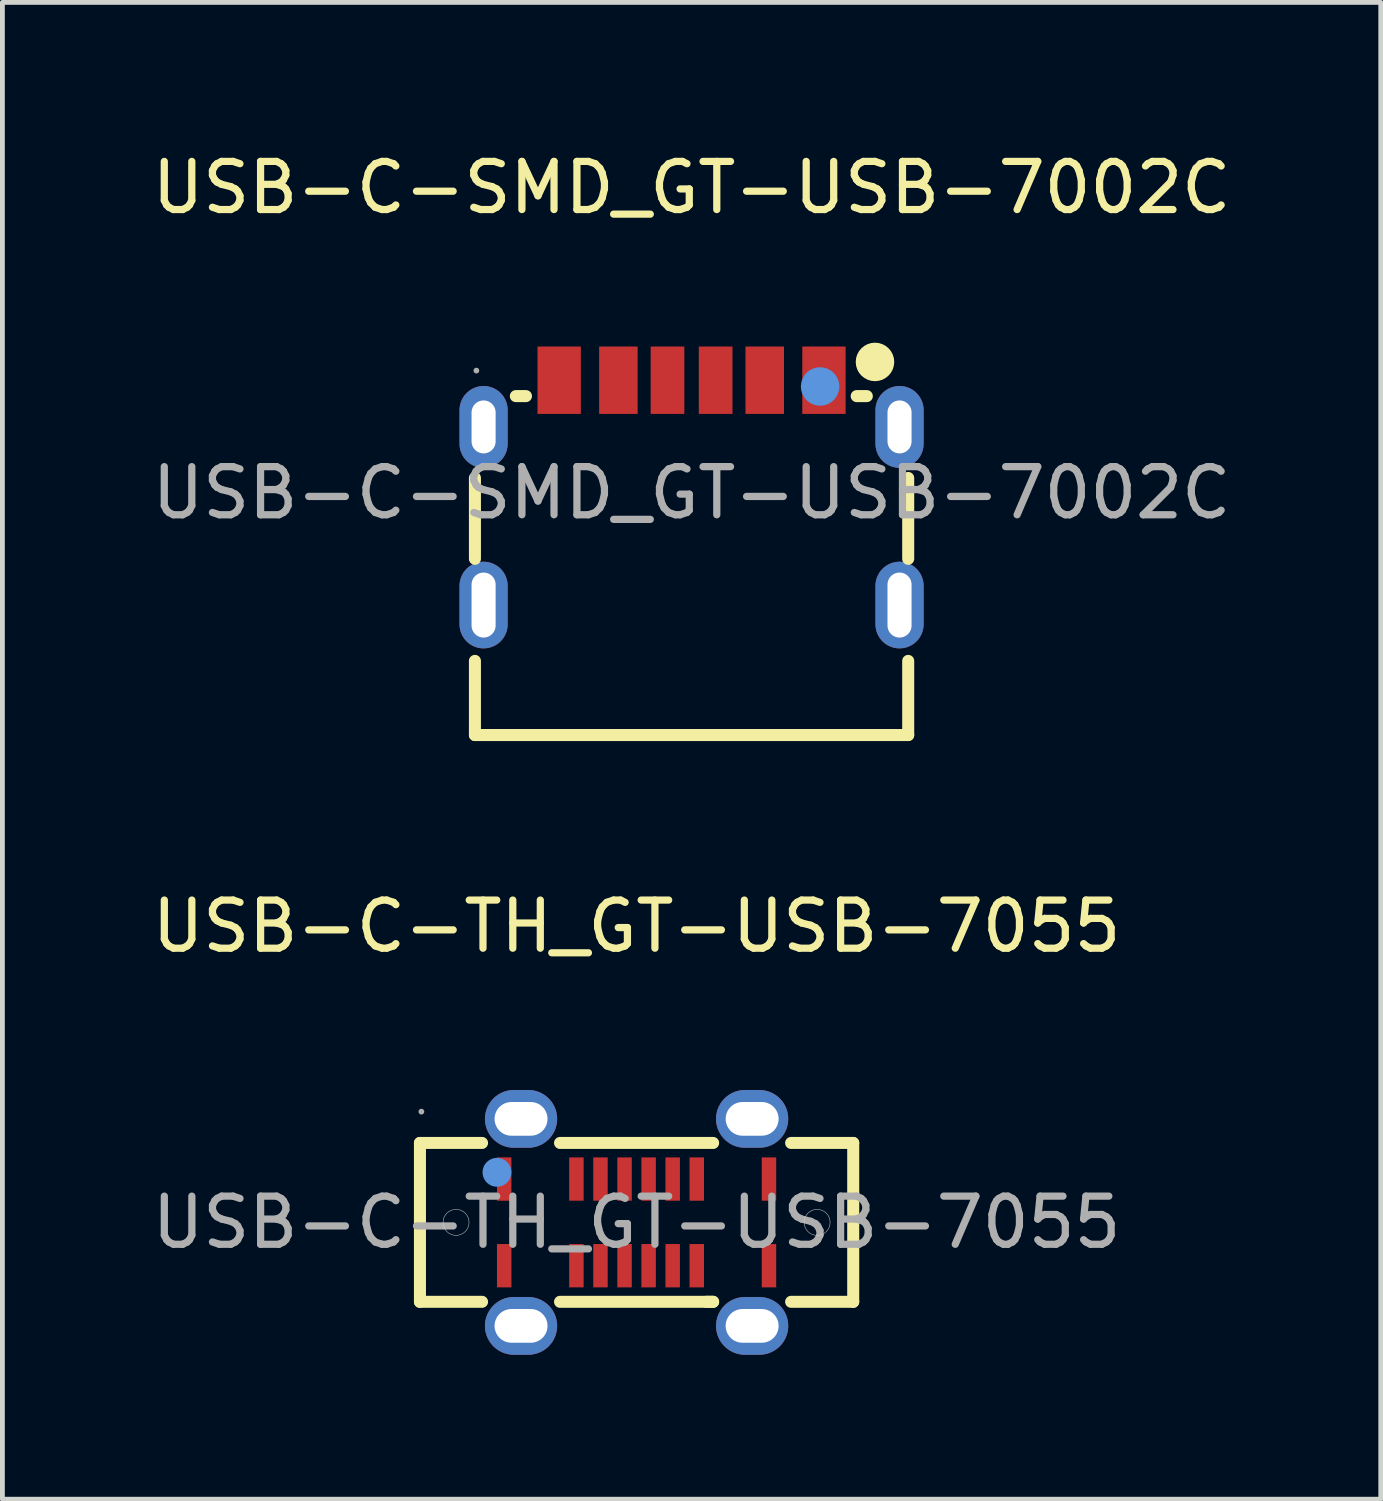
<source format=kicad_pcb>
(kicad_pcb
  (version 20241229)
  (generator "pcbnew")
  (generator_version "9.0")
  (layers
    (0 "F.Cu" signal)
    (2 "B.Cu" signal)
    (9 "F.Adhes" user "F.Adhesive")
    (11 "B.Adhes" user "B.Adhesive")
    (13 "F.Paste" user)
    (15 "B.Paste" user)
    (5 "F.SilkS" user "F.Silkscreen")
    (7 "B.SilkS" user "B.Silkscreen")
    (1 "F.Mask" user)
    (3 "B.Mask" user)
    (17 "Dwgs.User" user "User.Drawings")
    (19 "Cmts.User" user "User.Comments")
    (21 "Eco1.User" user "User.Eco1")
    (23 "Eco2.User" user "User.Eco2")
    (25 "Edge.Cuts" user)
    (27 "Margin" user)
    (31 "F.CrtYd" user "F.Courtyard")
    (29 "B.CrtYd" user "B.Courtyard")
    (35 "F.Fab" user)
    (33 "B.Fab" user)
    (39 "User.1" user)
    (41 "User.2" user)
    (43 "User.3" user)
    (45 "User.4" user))
  (footprint "USB-C-TH_GT-USB-7055"
    (layer "F.Cu")
    (at 10.173 22.341)
    (property "Reference" "USB-C-TH_GT-USB-7055" (at 0 -6.15 0) (layer "F.SilkS") (effects (font (size 1 1) (thickness 0.15))))
    (attr through_hole)
    (fp_line (start -4.5 -1.65) (end -3.21 -1.65) (stroke (width 0.25) (type solid)) (layer "F.SilkS"))
    (fp_line (start -4.5 1.65) (end -4.5 -1.65) (stroke (width 0.25) (type solid)) (layer "F.SilkS"))
    (fp_line (start -3.21 1.65) (end -4.5 1.65) (stroke (width 0.25) (type solid)) (layer "F.SilkS"))
    (fp_line (start -1.59 -1.65) (end 1.59 -1.65) (stroke (width 0.25) (type solid)) (layer "F.SilkS"))
    (fp_line (start 1.59 1.65) (end -1.59 1.65) (stroke (width 0.25) (type solid)) (layer "F.SilkS"))
    (fp_line (start 1.59 1.65) (end 1.45 1.65) (stroke (width 0.25) (type solid)) (layer "F.SilkS"))
    (fp_line (start 3.21 -1.65) (end 4.5 -1.65) (stroke (width 0.25) (type solid)) (layer "F.SilkS"))
    (fp_line (start 4.5 -1.65) (end 4.5 1.65) (stroke (width 0.25) (type solid)) (layer "F.SilkS"))
    (fp_line (start 4.5 1.65) (end 3.21 1.65) (stroke (width 0.25) (type solid)) (layer "F.SilkS"))
    (fp_circle (center -2.9 -1.04) (end -2.75 -1.04) (stroke (width 0.3) (type solid)) (fill no) (layer "Cmts.User"))
    (fp_circle (center -3.75 0) (end -3.48 0) (stroke (width 0.01) (type default)) (fill no) (layer "Edge.Cuts"))
    (fp_circle (center 3.75 0) (end 4.02 0) (stroke (width 0.01) (type default)) (fill no) (layer "Edge.Cuts"))
    (fp_circle (center -4.47 -2.3) (end -4.44 -2.3) (stroke (width 0.06) (type solid)) (fill no) (layer "F.Fab"))
    (fp_text user "${REFERENCE}" (at 0 0 0) (layer "F.Fab") (effects (font (size 1 1) (thickness 0.15))))
    (pad "A1" smd rect (at -2.75 -0.9) (size 0.3 0.9) (layers "F.Cu" "F.Mask" "F.Paste"))
    (pad "A4" smd rect (at -1.25 -0.9) (size 0.3 0.9) (layers "F.Cu" "F.Mask" "F.Paste"))
    (pad "A5" smd rect (at -0.75 -0.9) (size 0.3 0.9) (layers "F.Cu" "F.Mask" "F.Paste"))
    (pad "A6" smd rect (at -0.25 -0.9) (size 0.3 0.9) (layers "F.Cu" "F.Mask" "F.Paste"))
    (pad "A7" smd rect (at 0.25 -0.9) (size 0.3 0.9) (layers "F.Cu" "F.Mask" "F.Paste"))
    (pad "A8" smd rect (at 0.75 -0.9) (size 0.3 0.9) (layers "F.Cu" "F.Mask" "F.Paste"))
    (pad "A9" smd rect (at 1.25 -0.9) (size 0.3 0.9) (layers "F.Cu" "F.Mask" "F.Paste"))
    (pad "A12" smd rect (at 2.75 -0.9) (size 0.3 0.9) (layers "F.Cu" "F.Mask" "F.Paste"))
    (pad "B1" smd rect (at 2.75 0.9) (size 0.3 0.9) (layers "F.Cu" "F.Mask" "F.Paste"))
    (pad "B4" smd rect (at 1.25 0.9) (size 0.3 0.9) (layers "F.Cu" "F.Mask" "F.Paste"))
    (pad "B5" smd rect (at 0.75 0.9) (size 0.3 0.9) (layers "F.Cu" "F.Mask" "F.Paste"))
    (pad "B6" smd rect (at 0.25 0.9) (size 0.3 0.9) (layers "F.Cu" "F.Mask" "F.Paste"))
    (pad "B7" smd rect (at -0.25 0.9) (size 0.3 0.9) (layers "F.Cu" "F.Mask" "F.Paste"))
    (pad "B8" smd rect (at -0.75 0.9) (size 0.3 0.9) (layers "F.Cu" "F.Mask" "F.Paste"))
    (pad "B9" smd rect (at -1.25 0.9) (size 0.3 0.9) (layers "F.Cu" "F.Mask" "F.Paste"))
    (pad "B12" smd rect (at -2.75 0.9) (size 0.3 0.9) (layers "F.Cu" "F.Mask" "F.Paste"))
    (pad "SHIELD" thru_hole oval (at -2.4 -2.15) (size 1.5 1.2) (drill oval 1.1 0.7) (layers "*.Cu" "*.Mask"))
    (pad "SHIELD" thru_hole oval (at -2.4 2.15) (size 1.5 1.2) (drill oval 1.1 0.7) (layers "*.Cu" "*.Mask"))
    (pad "SHIELD" thru_hole oval (at 2.4 -2.15) (size 1.5 1.2) (drill oval 1.1 0.7) (layers "*.Cu" "*.Mask"))
    (pad "SHIELD" thru_hole oval (at 2.4 2.15) (size 1.5 1.2) (drill oval 1.1 0.7) (layers "*.Cu" "*.Mask")))
  (footprint "USB-C-SMD_GT-USB-7002C"
    (layer "F.Cu")
    (at 11.315 7.188)
    (property "Reference" "USB-C-SMD_GT-USB-7002C" (at 0 -6.34 0) (layer "F.SilkS") (effects (font (size 1 1) (thickness 0.15))))
    (attr smd)
    (fp_line (start -4.5 1.37) (end -4.5 -0.31) (stroke (width 0.25) (type solid)) (layer "F.SilkS"))
    (fp_line (start -4.5 5.03) (end -4.5 3.49) (stroke (width 0.25) (type solid)) (layer "F.SilkS"))
    (fp_line (start -3.44 -2.01) (end -3.65 -2.01) (stroke (width 0.25) (type solid)) (layer "F.SilkS"))
    (fp_line (start 3.64 -2.01) (end 3.43 -2.01) (stroke (width 0.25) (type solid)) (layer "F.SilkS"))
    (fp_line (start 4.5 1.37) (end 4.5 -0.31) (stroke (width 0.25) (type solid)) (layer "F.SilkS"))
    (fp_line (start 4.5 5.03) (end -4.5 5.03) (stroke (width 0.25) (type solid)) (layer "F.SilkS"))
    (fp_line (start 4.5 5.03) (end 4.5 3.49) (stroke (width 0.25) (type solid)) (layer "F.SilkS"))
    (fp_circle (center 3.81 -2.72) (end 4.01 -2.72) (stroke (width 0.4) (type solid)) (fill no) (layer "F.SilkS"))
    (fp_circle (center 2.67 -2.21) (end 2.87 -2.21) (stroke (width 0.4) (type solid)) (fill no) (layer "Cmts.User"))
    (fp_circle (center -4.47 -2.54) (end -4.44 -2.54) (stroke (width 0.06) (type solid)) (fill no) (layer "F.Fab"))
    (fp_text user "${REFERENCE}" (at 0 0 0) (layer "F.Fab") (effects (font (size 1 1) (thickness 0.15))))
    (pad "A05" smd rect (at -0.5 -2.34) (size 0.7 1.4) (layers "F.Cu" "F.Mask" "F.Paste"))
    (pad "A09" smd rect (at 1.52 -2.34) (size 0.8 1.4) (layers "F.Cu" "F.Mask" "F.Paste"))
    (pad "A12" smd rect (at 2.75 -2.34) (size 0.9 1.4) (layers "F.Cu" "F.Mask" "F.Paste"))
    (pad "B05" smd rect (at 0.5 -2.34) (size 0.7 1.4) (layers "F.Cu" "F.Mask" "F.Paste"))
    (pad "B09" smd rect (at -1.52 -2.34) (size 0.8 1.4) (layers "F.Cu" "F.Mask" "F.Paste"))
    (pad "B12" smd rect (at -2.75 -2.34) (size 0.9 1.4) (layers "F.Cu" "F.Mask" "F.Paste"))
    (pad "SHELL" thru_hole oval (at -4.32 -1.37) (size 1 1.7) (drill oval 0.5 1.1) (layers "*.Cu" "*.Mask"))
    (pad "SHELL" thru_hole oval (at -4.32 2.33) (size 1 1.8) (drill oval 0.5 1.35) (layers "*.Cu" "*.Mask"))
    (pad "SHELL" thru_hole oval (at 4.32 -1.37) (size 1 1.7) (drill oval 0.5 1.1) (layers "*.Cu" "*.Mask"))
    (pad "SHELL" thru_hole oval (at 4.32 2.33) (size 1 1.8) (drill oval 0.5 1.35) (layers "*.Cu" "*.Mask")))
  (gr_rect
    (start -3 -3)
    (end 25.631 28.091)
    (stroke (width 0.1) (type default))
    (fill no)
    (layer "Edge.Cuts")))
</source>
